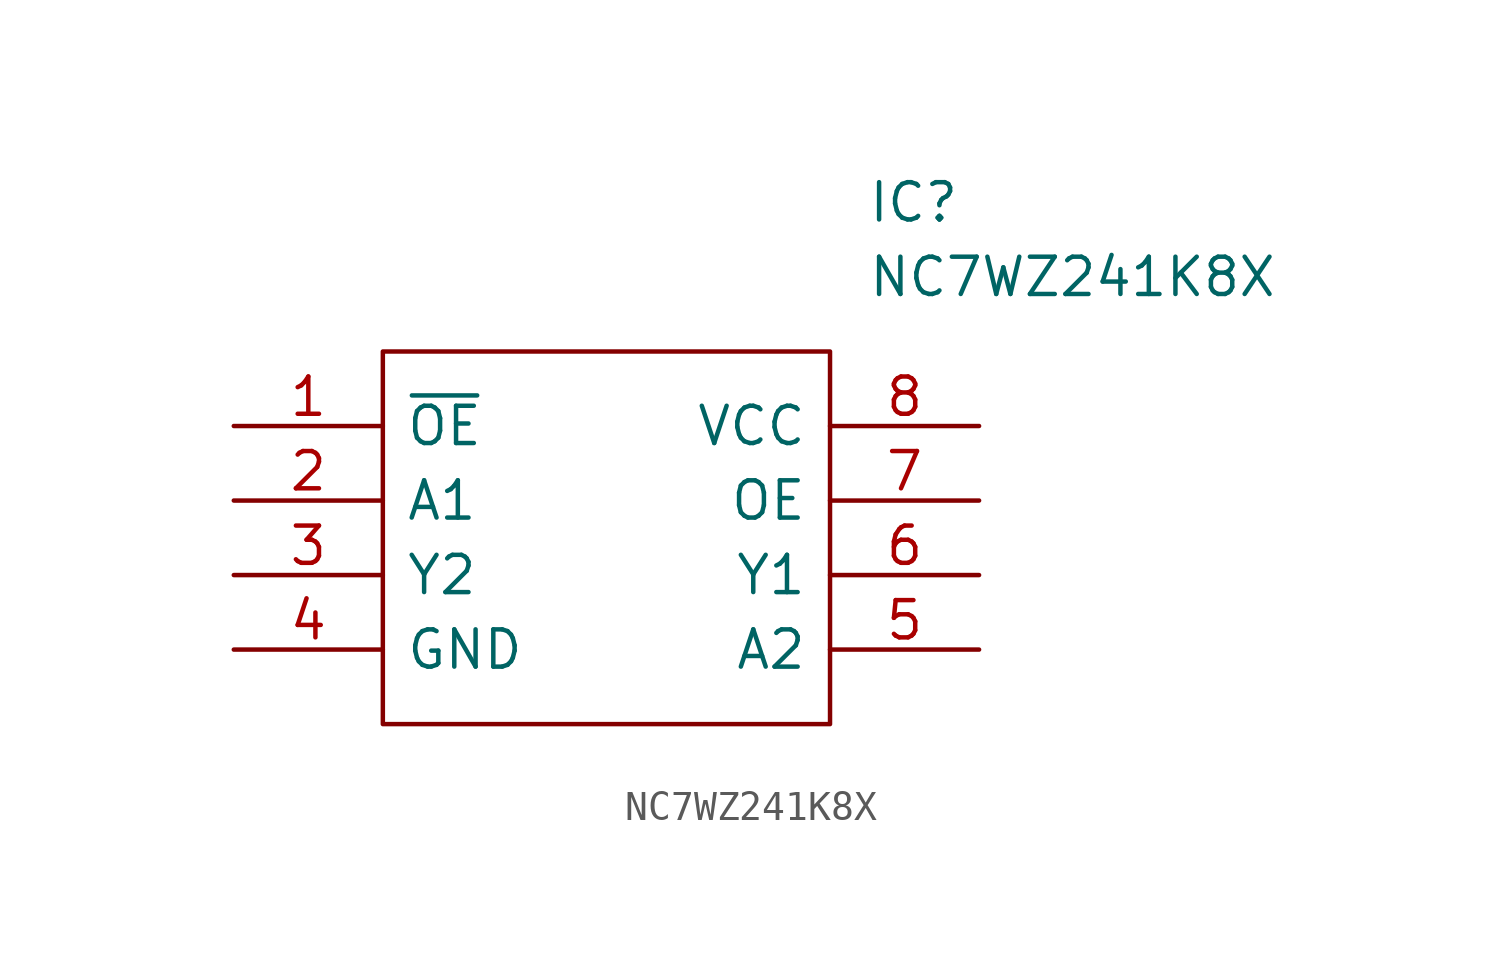
<source format=kicad_sym>
(kicad_symbol_lib
  (version 20231120)
  (generator "kicad_symbol_editor")
  (generator_version "8.0")
  (symbol "NC7WZ241K8X"
    (pin_names
      (offset 0.762))
    (property "Reference" "IC"
      (at 21.59 7.62 0)
      (effects (font (size 1.27 1.27)) (justify left)))
    (property "Value" "NC7WZ241K8X"
      (at 21.59 5.08 0)
      (effects (font (size 1.27 1.27)) (justify left)))
    (symbol "NC7WZ241K8X_0_0"
      (pin passive line (at 0 0 0) (length 5.08) (name "~{OE}" (effects (font (size 1.27 1.27)))) (number "1" (effects (font (size 1.27 1.27)))))
      (pin passive line (at 0 -2.54 0) (length 5.08) (name "A1" (effects (font (size 1.27 1.27)))) (number "2" (effects (font (size 1.27 1.27)))))
      (pin passive line (at 0 -5.08 0) (length 5.08) (name "Y2" (effects (font (size 1.27 1.27)))) (number "3" (effects (font (size 1.27 1.27)))))
      (pin passive line (at 0 -7.62 0) (length 5.08) (name "GND" (effects (font (size 1.27 1.27)))) (number "4" (effects (font (size 1.27 1.27)))))
      (pin passive line (at 25.4 -7.62 180) (length 5.08) (name "A2" (effects (font (size 1.27 1.27)))) (number "5" (effects (font (size 1.27 1.27)))))
      (pin passive line (at 25.4 -5.08 180) (length 5.08) (name "Y1" (effects (font (size 1.27 1.27)))) (number "6" (effects (font (size 1.27 1.27)))))
      (pin passive line (at 25.4 -2.54 180) (length 5.08) (name "OE" (effects (font (size 1.27 1.27)))) (number "7" (effects (font (size 1.27 1.27)))))
      (pin passive line (at 25.4 0 180) (length 5.08) (name "VCC" (effects (font (size 1.27 1.27)))) (number "8" (effects (font (size 1.27 1.27))))))
    (symbol "NC7WZ241K8X_0_1"
      (polyline (pts (xy 5.08 2.54) (xy 20.32 2.54) (xy 20.32 -10.16) (xy 5.08 -10.16) (xy 5.08 2.54)) (stroke (width 0.152) (type solid)) (fill (type none))))))
</source>
